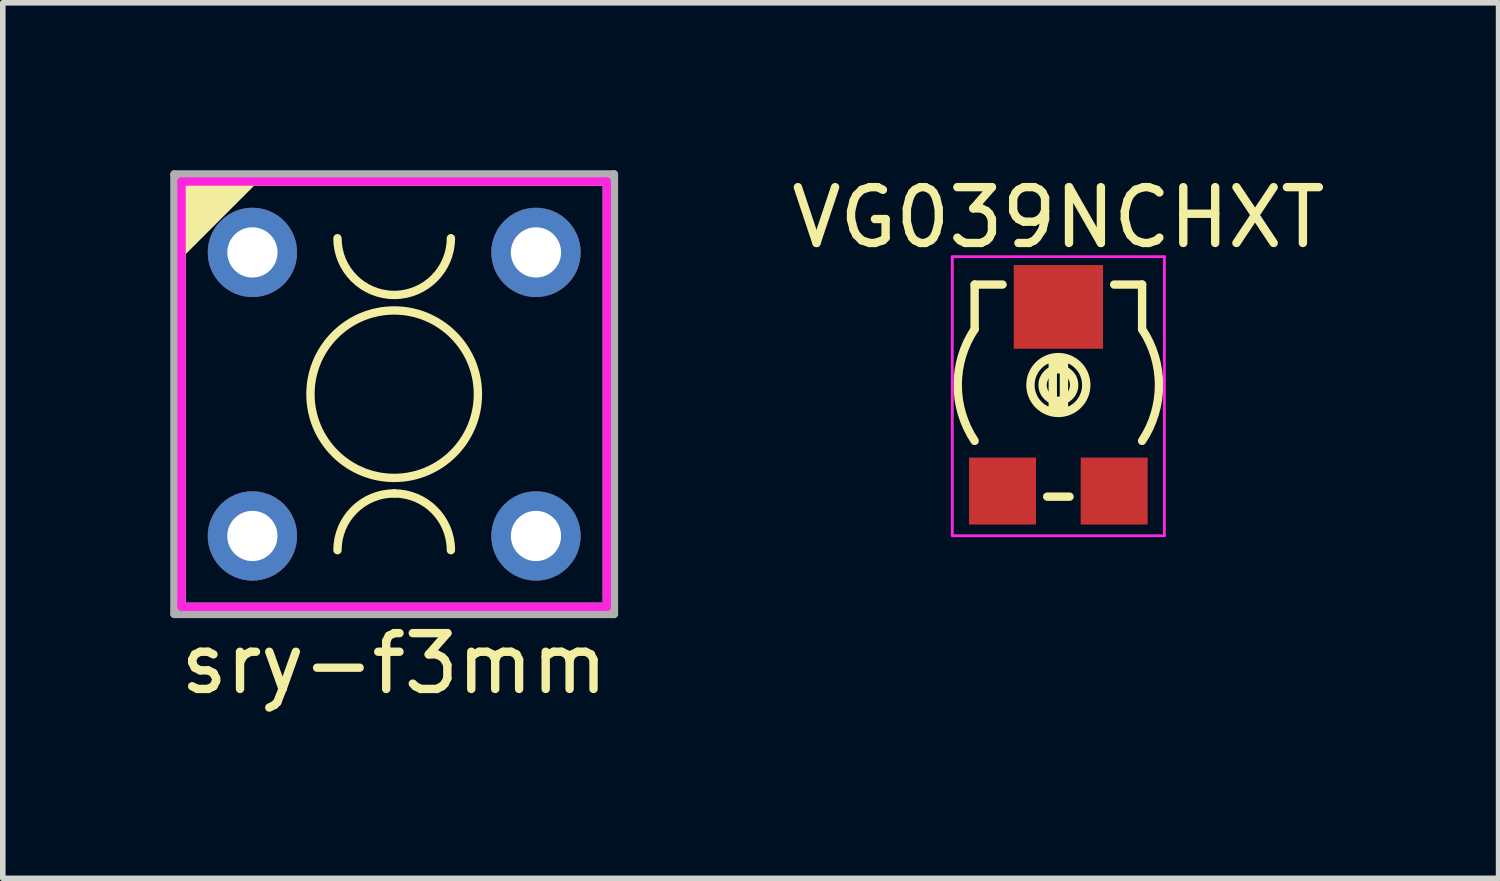
<source format=kicad_pcb>
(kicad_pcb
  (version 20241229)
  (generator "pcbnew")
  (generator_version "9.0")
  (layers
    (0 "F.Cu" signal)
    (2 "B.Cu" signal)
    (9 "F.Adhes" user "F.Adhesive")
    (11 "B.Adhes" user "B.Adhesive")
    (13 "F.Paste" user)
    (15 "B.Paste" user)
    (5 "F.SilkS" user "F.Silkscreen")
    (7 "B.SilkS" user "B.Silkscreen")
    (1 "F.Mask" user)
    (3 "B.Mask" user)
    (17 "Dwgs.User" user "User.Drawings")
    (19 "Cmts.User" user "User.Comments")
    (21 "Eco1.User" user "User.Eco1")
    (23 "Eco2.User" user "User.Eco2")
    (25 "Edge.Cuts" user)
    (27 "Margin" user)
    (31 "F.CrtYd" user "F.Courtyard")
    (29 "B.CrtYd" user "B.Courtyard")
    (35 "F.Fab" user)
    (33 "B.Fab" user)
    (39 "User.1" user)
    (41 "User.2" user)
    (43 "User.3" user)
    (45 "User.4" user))
  (footprint "sry-f3mm"
    (layer "F.Cu")
    (at 4.012 4.012)
    (property "Reference" "sry-f3mm" (at 0 4.826 0) (layer "F.SilkS") (effects (font (size 1 1) (thickness 0.15))))
    (attr through_hole)
    (fp_line (start -3.81 -3.81) (end 3.81 -3.81) (stroke (width 0.15) (type solid)) (layer "F.SilkS"))
    (fp_line (start -3.81 3.81) (end -3.81 -3.81) (stroke (width 0.15) (type solid)) (layer "F.SilkS"))
    (fp_line (start 3.81 -3.81) (end 3.81 3.81) (stroke (width 0.15) (type solid)) (layer "F.SilkS"))
    (fp_line (start 3.81 3.81) (end -3.81 3.81) (stroke (width 0.15) (type solid)) (layer "F.SilkS"))
    (fp_arc (start -1.016 2.794) (mid -0.71842 2.07558) (end 0 1.778) (stroke (width 0.15) (type solid)) (layer "F.SilkS"))
    (fp_arc (start 0 1.778) (mid 0.71842 2.07558) (end 1.016 2.794) (stroke (width 0.15) (type solid)) (layer "F.SilkS"))
    (fp_arc (start 1.016 -2.794) (mid 0 -1.778) (end -1.016 -2.794) (stroke (width 0.15) (type solid)) (layer "F.SilkS"))
    (fp_circle (center 0 0) (end 1.5 0) (stroke (width 0.15) (type solid)) (fill no) (layer "F.SilkS"))
    (fp_poly (pts (xy -3.81 -3.81) (xy -2.54 -3.81) (xy -3.81 -2.54)) (stroke (width 0.15) (type solid)) (fill yes) (layer "F.SilkS"))
    (fp_line (start -3.81 -3.81) (end 3.81 -3.81) (stroke (width 0.15) (type solid)) (layer "F.CrtYd"))
    (fp_line (start -3.81 3.81) (end -3.81 -3.81) (stroke (width 0.15) (type solid)) (layer "F.CrtYd"))
    (fp_line (start 3.81 -3.81) (end 3.81 3.81) (stroke (width 0.15) (type solid)) (layer "F.CrtYd"))
    (fp_line (start 3.81 3.81) (end -3.81 3.81) (stroke (width 0.15) (type solid)) (layer "F.CrtYd"))
    (fp_line (start -3.937 -3.937) (end 3.937 -3.937) (stroke (width 0.15) (type solid)) (layer "F.Fab"))
    (fp_line (start -3.937 3.937) (end -3.937 -3.937) (stroke (width 0.15) (type solid)) (layer "F.Fab"))
    (fp_line (start 3.937 -3.937) (end 3.937 3.937) (stroke (width 0.15) (type solid)) (layer "F.Fab"))
    (fp_line (start 3.937 3.937) (end -3.937 3.937) (stroke (width 0.15) (type solid)) (layer "F.Fab"))
    (pad "1" thru_hole circle (at -2.54 2.54) (size 1.6 1.6) (drill 0.9) (layers "*.Cu" "*.Mask"))
    (pad "1" thru_hole circle (at 2.54 2.54) (size 1.6 1.6) (drill 0.9) (layers "*.Cu" "*.Mask"))
    (pad "2" thru_hole circle (at -2.54 -2.54) (size 1.6 1.6) (drill 0.9) (layers "*.Cu" "*.Mask"))
    (pad "2" thru_hole circle (at 2.54 -2.54) (size 1.6 1.6) (drill 0.9) (layers "*.Cu" "*.Mask")))
  (footprint "VG039NCHXT"
    (layer "F.Cu")
    (at 15.911 3.948)
    (property "Reference" "VG039NCHXT" (at 0 -3.1 0) (layer "F.SilkS") (effects (font (size 1 1) (thickness 0.15))))
    (attr through_hole)
    (fp_line (start -1.5 -1.9) (end -1 -1.9) (stroke (width 0.15) (type solid)) (layer "F.SilkS"))
    (fp_line (start -1.5 -1.1) (end -1.5 -1.9) (stroke (width 0.15) (type solid)) (layer "F.SilkS"))
    (fp_line (start -0.1 -0.5) (end -0.1 0.3) (stroke (width 0.15) (type solid)) (layer "F.SilkS"))
    (fp_line (start -0.1 0.3) (end 0.1 0.3) (stroke (width 0.15) (type solid)) (layer "F.SilkS"))
    (fp_line (start 0.1 -0.5) (end -0.1 -0.5) (stroke (width 0.15) (type solid)) (layer "F.SilkS"))
    (fp_line (start 0.1 0.3) (end 0.1 -0.5) (stroke (width 0.15) (type solid)) (layer "F.SilkS"))
    (fp_line (start 0.2 1.9) (end -0.2 1.9) (stroke (width 0.15) (type solid)) (layer "F.SilkS"))
    (fp_line (start 1 -1.9) (end 1.5 -1.9) (stroke (width 0.15) (type solid)) (layer "F.SilkS"))
    (fp_line (start 1.5 -1.9) (end 1.5 -1.1) (stroke (width 0.15) (type solid)) (layer "F.SilkS"))
    (fp_arc (start -1.499999 0.899999) (mid -1.802774 -0.1) (end -1.499999 -1.099999) (stroke (width 0.15) (type solid)) (layer "F.SilkS"))
    (fp_arc (start 1.499999 -1.099999) (mid 1.802774 -0.1) (end 1.499999 0.899999) (stroke (width 0.15) (type solid)) (layer "F.SilkS"))
    (fp_circle (center 0 -0.1) (end 0 -0.6) (stroke (width 0.15) (type solid)) (fill no) (layer "F.SilkS"))
    (fp_circle (center 0 -0.1) (end 0.2 0.1) (stroke (width 0.15) (type solid)) (fill no) (layer "F.SilkS"))
    (fp_line (start -1.9 -2.4) (end 1.9 -2.4) (stroke (width 0.05) (type solid)) (layer "F.CrtYd"))
    (fp_line (start -1.9 2.6) (end -1.9 -2.4) (stroke (width 0.05) (type solid)) (layer "F.CrtYd"))
    (fp_line (start 1.9 -2.4) (end 1.9 2.6) (stroke (width 0.05) (type solid)) (layer "F.CrtYd"))
    (fp_line (start 1.9 2.6) (end -1.9 2.6) (stroke (width 0.05) (type solid)) (layer "F.CrtYd"))
    (pad "1" smd rect (at -1 1.8) (size 1.2 1.2) (layers "F.Cu" "F.Mask" "F.Paste"))
    (pad "2" smd rect (at 0 -1.5) (size 1.6 1.5) (layers "F.Cu" "F.Mask" "F.Paste"))
    (pad "3" smd rect (at 1 1.8) (size 1.2 1.2) (layers "F.Cu" "F.Mask" "F.Paste")))
  (gr_rect
    (start -3 -3)
    (end 23.798 12.686)
    (stroke (width 0.1) (type default))
    (fill no)
    (layer "Edge.Cuts")))
</source>
